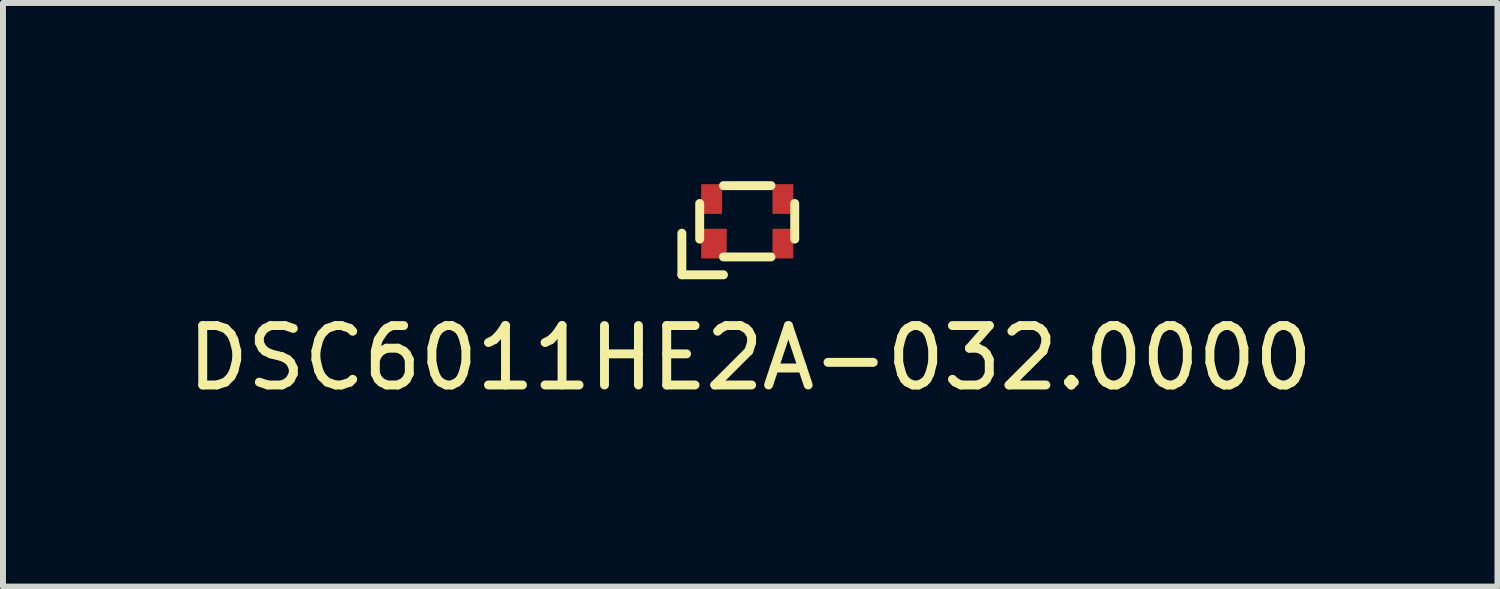
<source format=kicad_pcb>
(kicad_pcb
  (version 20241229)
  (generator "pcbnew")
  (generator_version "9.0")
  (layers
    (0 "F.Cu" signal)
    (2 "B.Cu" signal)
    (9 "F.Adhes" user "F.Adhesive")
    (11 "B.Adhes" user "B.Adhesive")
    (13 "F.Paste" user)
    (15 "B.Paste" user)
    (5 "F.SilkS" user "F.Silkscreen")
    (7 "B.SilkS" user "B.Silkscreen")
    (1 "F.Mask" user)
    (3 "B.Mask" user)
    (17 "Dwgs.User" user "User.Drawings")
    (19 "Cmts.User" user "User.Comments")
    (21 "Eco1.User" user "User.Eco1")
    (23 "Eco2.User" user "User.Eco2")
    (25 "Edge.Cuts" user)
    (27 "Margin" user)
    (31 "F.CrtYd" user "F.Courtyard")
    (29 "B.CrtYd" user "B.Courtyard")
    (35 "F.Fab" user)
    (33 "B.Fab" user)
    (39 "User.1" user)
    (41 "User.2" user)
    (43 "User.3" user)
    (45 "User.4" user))
  (footprint "DSC6011HE2A-032.0000"
    (layer "F.Cu")
    (at 9.527 0.675)
    (property "Reference" "DSC6011HE2A-032.0000" (at 0.05 2.3 0) (layer "F.SilkS") (effects (font (size 1 1) (thickness 0.15))))
    (attr through_hole)
    (fp_line (start -1.1 0.2) (end -1.1 0.9) (stroke (width 0.15) (type solid)) (layer "F.SilkS"))
    (fp_line (start -1.1 0.9) (end -0.4 0.9) (stroke (width 0.15) (type solid)) (layer "F.SilkS"))
    (fp_line (start -0.8 0.3) (end -0.8 -0.3) (stroke (width 0.15) (type solid)) (layer "F.SilkS"))
    (fp_line (start -0.4 -0.6) (end 0.4 -0.6) (stroke (width 0.15) (type solid)) (layer "F.SilkS"))
    (fp_line (start 0.4 0.6) (end -0.4 0.6) (stroke (width 0.15) (type solid)) (layer "F.SilkS"))
    (fp_line (start 0.8 -0.3) (end 0.8 0.3) (stroke (width 0.15) (type solid)) (layer "F.SilkS"))
    (pad "1" smd rect (at -0.56 0.375) (size 0.43 0.5) (layers "F.Cu" "F.Mask" "F.Paste"))
    (pad "2" smd rect (at 0.6 0.375) (size 0.35 0.5) (layers "F.Cu" "F.Mask" "F.Paste"))
    (pad "3" smd rect (at 0.6 -0.375) (size 0.35 0.5) (layers "F.Cu" "F.Mask" "F.Paste"))
    (pad "4" smd rect (at -0.6 -0.375) (size 0.35 0.5) (layers "F.Cu" "F.Mask" "F.Paste")))
  (gr_rect
    (start -3 -3)
    (end 22.155 6.823)
    (stroke (width 0.1) (type default))
    (fill no)
    (layer "Edge.Cuts")))
</source>
